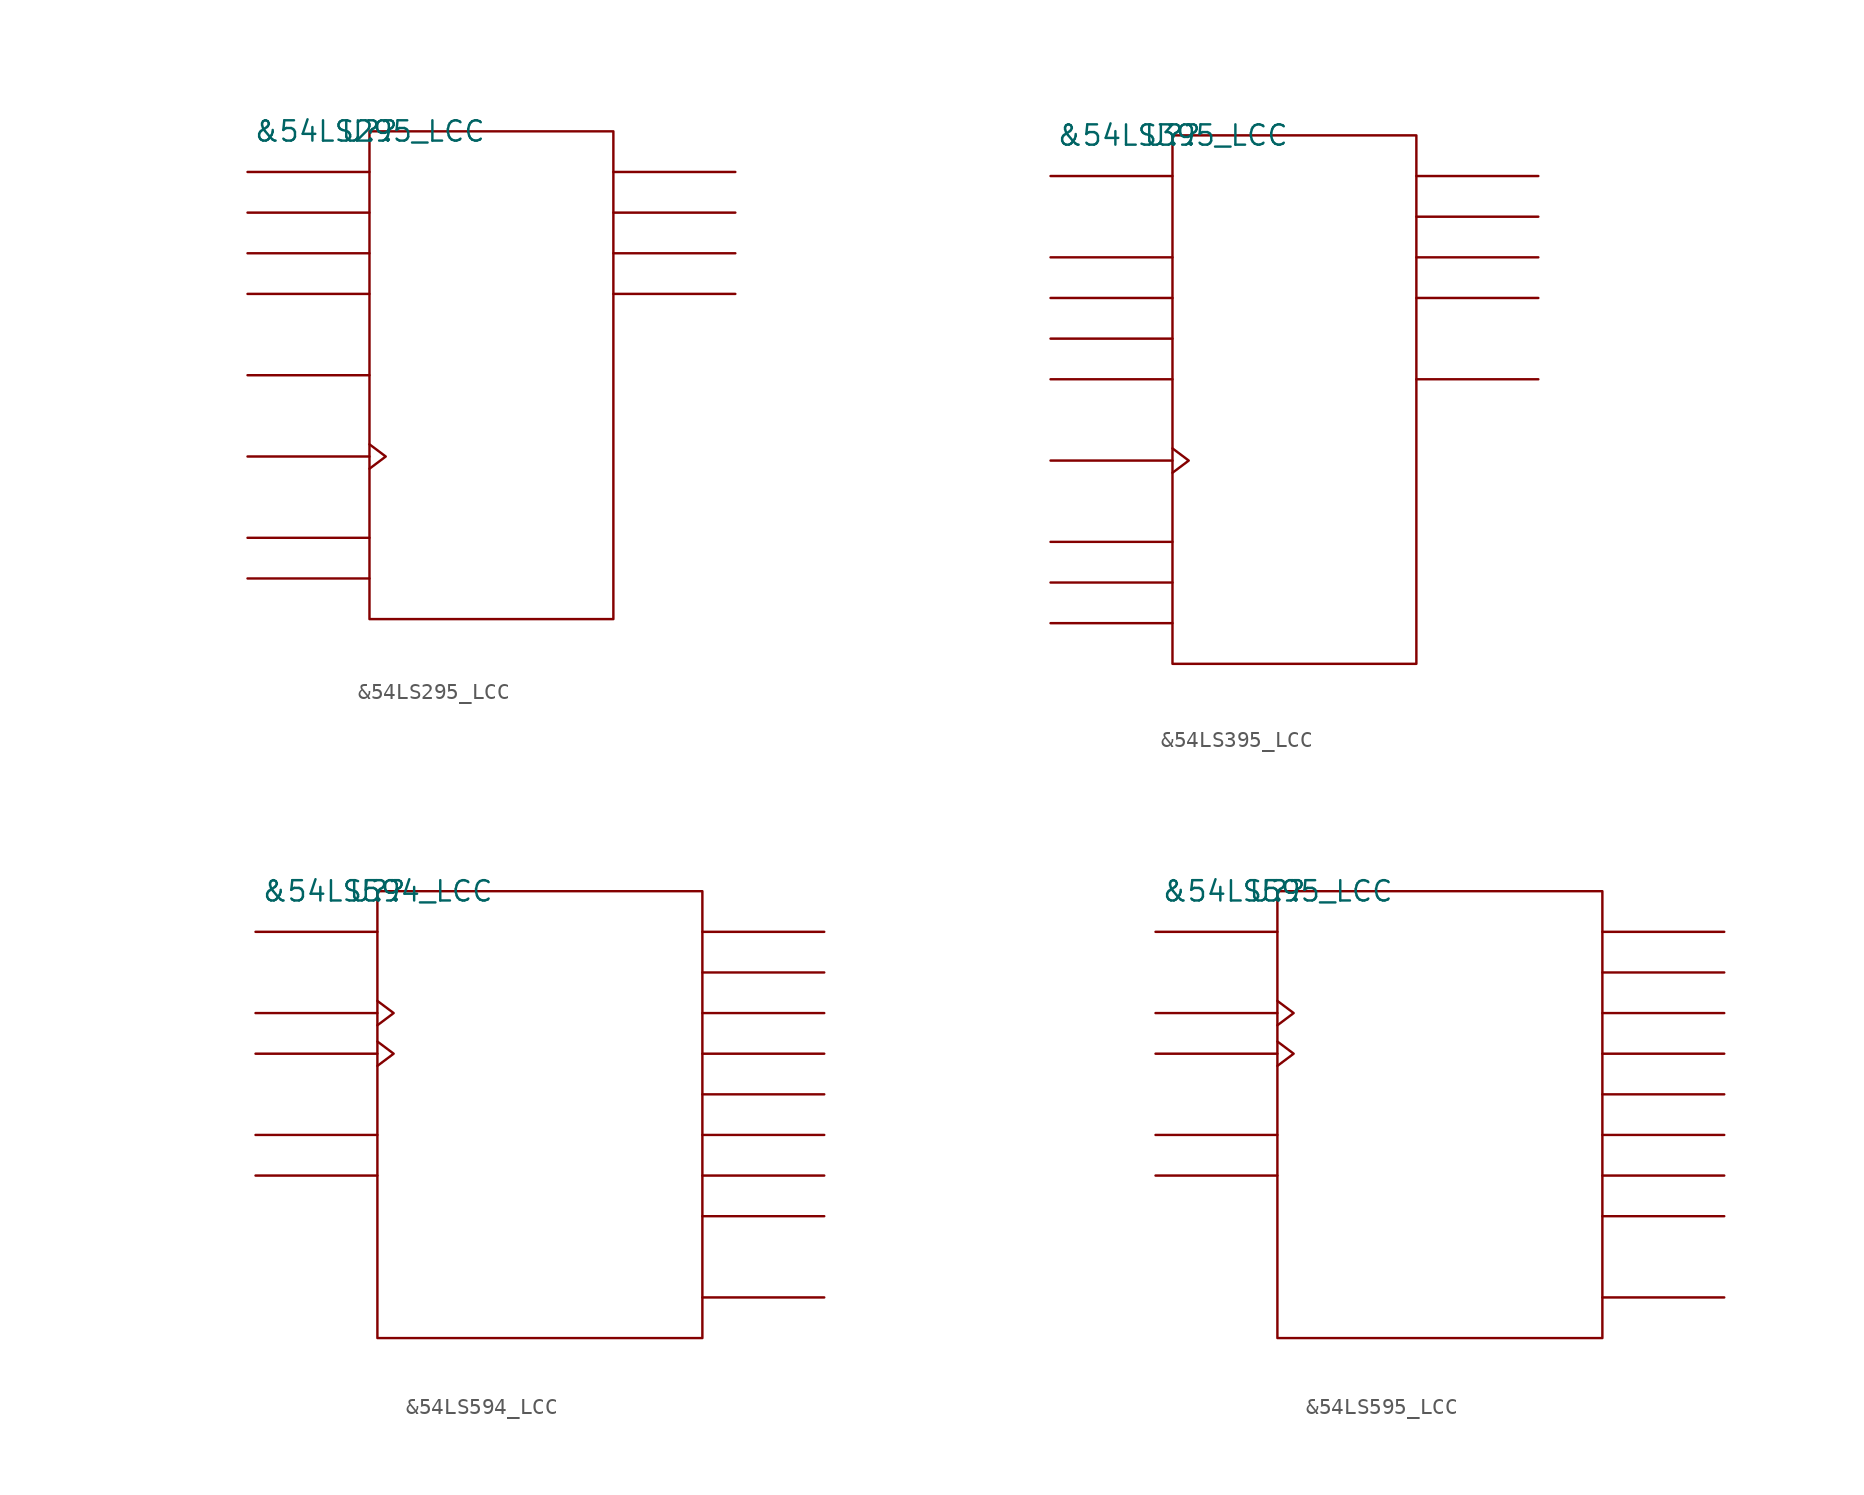
<source format=kicad_sym>
(kicad_symbol_lib
  (version 20211014)
  (generator kicad_symbol_editor)
  (symbol "&54LS295_LCC"
    (pin_names
      (offset 0.762))
    (property "Reference" "U?"
      (at 0 0 0)
      (effects (font (size 1.27 1.27))))
    (property "Value" "&54LS295_LCC"
      (at 0 0 0)
      (effects (font (size 1.27 1.27))))
    (symbol "&54LS295_LCC_0_1"
      (rectangle (start 0 -30.48) (end 15.24 0) (stroke (width 0) (type default) (color 0 0 0 0)) (fill (type none)))
      (polyline (pts (xy 0 -27.94) (xy -7.62 -27.94)) (stroke (width 0) (type default) (color 0 0 0 0)) (fill (type none)))
      (polyline (pts (xy 0 -25.4) (xy -7.62 -25.4)) (stroke (width 0) (type default) (color 0 0 0 0)) (fill (type none)))
      (polyline (pts (xy 0 -20.32) (xy -7.62 -20.32)) (stroke (width 0) (type default) (color 0 0 0 0)) (fill (type none)))
      (polyline (pts (xy 0 -15.24) (xy -7.62 -15.24)) (stroke (width 0) (type default) (color 0 0 0 0)) (fill (type none)))
      (polyline (pts (xy 0 -10.16) (xy -7.62 -10.16)) (stroke (width 0) (type default) (color 0 0 0 0)) (fill (type none)))
      (polyline (pts (xy 0 -7.62) (xy -7.62 -7.62)) (stroke (width 0) (type default) (color 0 0 0 0)) (fill (type none)))
      (polyline (pts (xy 0 -5.08) (xy -7.62 -5.08)) (stroke (width 0) (type default) (color 0 0 0 0)) (fill (type none)))
      (polyline (pts (xy 0 -2.54) (xy -7.62 -2.54)) (stroke (width 0) (type default) (color 0 0 0 0)) (fill (type none)))
      (polyline (pts (xy 15.24 -10.16) (xy 22.86 -10.16)) (stroke (width 0) (type default) (color 0 0 0 0)) (fill (type none)))
      (polyline (pts (xy 15.24 -7.62) (xy 22.86 -7.62)) (stroke (width 0) (type default) (color 0 0 0 0)) (fill (type none)))
      (polyline (pts (xy 15.24 -5.08) (xy 22.86 -5.08)) (stroke (width 0) (type default) (color 0 0 0 0)) (fill (type none)))
      (polyline (pts (xy 15.24 -2.54) (xy 22.86 -2.54)) (stroke (width 0) (type default) (color 0 0 0 0)) (fill (type none)))
      (polyline (pts (xy 0 -19.558) (xy 1.016 -20.32) (xy 0 -21.082)) (stroke (width 0) (type default) (color 0 0 0 0)) (fill (type none))))
    (symbol "&54LS295_LCC_1_1"
      (pin power_in line (at 10.16 -30.48 0) (length 7.62) hide (name "GND" (effects (font (size 1.245 1.245)))) (number "10" (effects (font (size 1.245 1.245)))))
      (pin unspecified line (at -7.62 -27.94 0) (length 7.62) hide (name "OC" (effects (font (size 1.245 1.245)))) (number "12" (effects (font (size 1.245 1.245)))))
      (pin unspecified line (at -7.62 -20.32 180) (length 7.62) hide (name "CLK" (effects (font (size 1.245 1.245)))) (number "13" (effects (font (size 1.245 1.245)))))
      (pin unspecified line (at 22.86 -10.16 180) (length 7.62) hide (name "QD" (effects (font (size 1.245 1.245)))) (number "14" (effects (font (size 1.245 1.245)))))
      (pin unspecified line (at 22.86 -7.62 180) (length 7.62) hide (name "QC" (effects (font (size 1.245 1.245)))) (number "16" (effects (font (size 1.245 1.245)))))
      (pin unspecified line (at 22.86 -5.08 180) (length 7.62) hide (name "QB" (effects (font (size 1.245 1.245)))) (number "18" (effects (font (size 1.245 1.245)))))
      (pin unspecified line (at 22.86 -2.54 180) (length 7.62) hide (name "QA" (effects (font (size 1.245 1.245)))) (number "19" (effects (font (size 1.245 1.245)))))
      (pin unspecified line (at -7.62 -15.24 0) (length 7.62) hide (name "SDI" (effects (font (size 1.245 1.245)))) (number "2" (effects (font (size 1.245 1.245)))))
      (pin power_in line (at 7.62 0 180) (length 7.62) hide (name "VCC" (effects (font (size 1.245 1.245)))) (number "20" (effects (font (size 1.245 1.245)))))
      (pin unspecified line (at -7.62 -2.54 0) (length 7.62) hide (name "A" (effects (font (size 1.245 1.245)))) (number "3" (effects (font (size 1.245 1.245)))))
      (pin unspecified line (at -7.62 -5.08 0) (length 7.62) hide (name "B" (effects (font (size 1.245 1.245)))) (number "4" (effects (font (size 1.245 1.245)))))
      (pin unspecified line (at -7.62 -7.62 0) (length 7.62) hide (name "C" (effects (font (size 1.245 1.245)))) (number "6" (effects (font (size 1.245 1.245)))))
      (pin unspecified line (at -7.62 -10.16 0) (length 7.62) hide (name "D" (effects (font (size 1.245 1.245)))) (number "8" (effects (font (size 1.245 1.245)))))
      (pin unspecified line (at -7.62 -25.4 0) (length 7.62) hide (name "LD/S\\H\\" (effects (font (size 1.245 1.245)))) (number "9" (effects (font (size 1.245 1.245)))))))
  (symbol "&54LS395_LCC"
    (pin_names
      (offset 0.762))
    (property "Reference" "U?"
      (at 0 0 0)
      (effects (font (size 1.27 1.27))))
    (property "Value" "&54LS395_LCC"
      (at 0 0 0)
      (effects (font (size 1.27 1.27))))
    (symbol "&54LS395_LCC_0_1"
      (rectangle (start 0 -33.02) (end 15.24 0) (stroke (width 0) (type default) (color 0 0 0 0)) (fill (type none)))
      (polyline (pts (xy 0 -30.48) (xy -7.62 -30.48)) (stroke (width 0) (type default) (color 0 0 0 0)) (fill (type none)))
      (polyline (pts (xy 0 -27.94) (xy -7.62 -27.94)) (stroke (width 0) (type default) (color 0 0 0 0)) (fill (type none)))
      (polyline (pts (xy 0 -25.4) (xy -7.62 -25.4)) (stroke (width 0) (type default) (color 0 0 0 0)) (fill (type none)))
      (polyline (pts (xy 0 -20.32) (xy -7.62 -20.32)) (stroke (width 0) (type default) (color 0 0 0 0)) (fill (type none)))
      (polyline (pts (xy 0 -15.24) (xy -7.62 -15.24)) (stroke (width 0) (type default) (color 0 0 0 0)) (fill (type none)))
      (polyline (pts (xy 0 -12.7) (xy -7.62 -12.7)) (stroke (width 0) (type default) (color 0 0 0 0)) (fill (type none)))
      (polyline (pts (xy 0 -10.16) (xy -7.62 -10.16)) (stroke (width 0) (type default) (color 0 0 0 0)) (fill (type none)))
      (polyline (pts (xy 0 -7.62) (xy -7.62 -7.62)) (stroke (width 0) (type default) (color 0 0 0 0)) (fill (type none)))
      (polyline (pts (xy 0 -2.54) (xy -7.62 -2.54)) (stroke (width 0) (type default) (color 0 0 0 0)) (fill (type none)))
      (polyline (pts (xy 15.24 -15.24) (xy 22.86 -15.24)) (stroke (width 0) (type default) (color 0 0 0 0)) (fill (type none)))
      (polyline (pts (xy 15.24 -10.16) (xy 22.86 -10.16)) (stroke (width 0) (type default) (color 0 0 0 0)) (fill (type none)))
      (polyline (pts (xy 15.24 -7.62) (xy 22.86 -7.62)) (stroke (width 0) (type default) (color 0 0 0 0)) (fill (type none)))
      (polyline (pts (xy 15.24 -5.08) (xy 22.86 -5.08)) (stroke (width 0) (type default) (color 0 0 0 0)) (fill (type none)))
      (polyline (pts (xy 15.24 -2.54) (xy 22.86 -2.54)) (stroke (width 0) (type default) (color 0 0 0 0)) (fill (type none)))
      (polyline (pts (xy 0 -19.558) (xy 1.016 -20.32) (xy 0 -21.082)) (stroke (width 0) (type default) (color 0 0 0 0)) (fill (type none))))
    (symbol "&54LS395_LCC_1_1"
      (pin power_in line (at 10.16 -33.02 0) (length 7.62) hide (name "GND" (effects (font (size 1.245 1.245)))) (number "10" (effects (font (size 1.245 1.245)))))
      (pin unspecified line (at -7.62 -30.48 0) (length 7.62) hide (name "O\\C\\" (effects (font (size 1.245 1.245)))) (number "12" (effects (font (size 1.245 1.245)))))
      (pin unspecified line (at -7.62 -20.32 180) (length 7.62) hide (name "CLK" (effects (font (size 1.245 1.245)))) (number "13" (effects (font (size 1.245 1.245)))))
      (pin unspecified line (at 22.86 -15.24 180) (length 7.62) hide (name "QD'" (effects (font (size 1.245 1.245)))) (number "14" (effects (font (size 1.245 1.245)))))
      (pin unspecified line (at 22.86 -10.16 180) (length 7.62) hide (name "QD" (effects (font (size 1.245 1.245)))) (number "15" (effects (font (size 1.245 1.245)))))
      (pin unspecified line (at 22.86 -7.62 180) (length 7.62) hide (name "QC" (effects (font (size 1.245 1.245)))) (number "17" (effects (font (size 1.245 1.245)))))
      (pin unspecified line (at 22.86 -5.08 180) (length 7.62) hide (name "QB" (effects (font (size 1.245 1.245)))) (number "18" (effects (font (size 1.245 1.245)))))
      (pin unspecified line (at 22.86 -2.54 180) (length 7.62) hide (name "QA" (effects (font (size 1.245 1.245)))) (number "19" (effects (font (size 1.245 1.245)))))
      (pin unspecified line (at -7.62 -25.4 0) (length 7.62) hide (name "C\\L\\R\\" (effects (font (size 1.245 1.245)))) (number "2" (effects (font (size 1.245 1.245)))))
      (pin power_in line (at 7.62 0 180) (length 7.62) hide (name "VCC" (effects (font (size 1.245 1.245)))) (number "20" (effects (font (size 1.245 1.245)))))
      (pin unspecified line (at -7.62 -2.54 0) (length 7.62) hide (name "SDI" (effects (font (size 1.245 1.245)))) (number "3" (effects (font (size 1.245 1.245)))))
      (pin unspecified line (at -7.62 -7.62 0) (length 7.62) hide (name "A" (effects (font (size 1.245 1.245)))) (number "4" (effects (font (size 1.245 1.245)))))
      (pin unspecified line (at -7.62 -10.16 0) (length 7.62) hide (name "B" (effects (font (size 1.245 1.245)))) (number "5" (effects (font (size 1.245 1.245)))))
      (pin unspecified line (at -7.62 -12.7 0) (length 7.62) hide (name "C" (effects (font (size 1.245 1.245)))) (number "7" (effects (font (size 1.245 1.245)))))
      (pin unspecified line (at -7.62 -15.24 0) (length 7.62) hide (name "D" (effects (font (size 1.245 1.245)))) (number "8" (effects (font (size 1.245 1.245)))))
      (pin unspecified line (at -7.62 -27.94 0) (length 7.62) hide (name "LD/S\\H\\" (effects (font (size 1.245 1.245)))) (number "9" (effects (font (size 1.245 1.245)))))))
  (symbol "&54LS594_LCC"
    (pin_names
      (offset 0.762))
    (property "Reference" "U?"
      (at 0 0 0)
      (effects (font (size 1.27 1.27))))
    (property "Value" "&54LS594_LCC"
      (at 0 0 0)
      (effects (font (size 1.27 1.27))))
    (symbol "&54LS594_LCC_0_1"
      (rectangle (start 0 -27.94) (end 20.32 0) (stroke (width 0) (type default) (color 0 0 0 0)) (fill (type none)))
      (polyline (pts (xy 0 -17.78) (xy -7.62 -17.78)) (stroke (width 0) (type default) (color 0 0 0 0)) (fill (type none)))
      (polyline (pts (xy 0 -15.24) (xy -7.62 -15.24)) (stroke (width 0) (type default) (color 0 0 0 0)) (fill (type none)))
      (polyline (pts (xy 0 -10.16) (xy -7.62 -10.16)) (stroke (width 0) (type default) (color 0 0 0 0)) (fill (type none)))
      (polyline (pts (xy 0 -7.62) (xy -7.62 -7.62)) (stroke (width 0) (type default) (color 0 0 0 0)) (fill (type none)))
      (polyline (pts (xy 0 -2.54) (xy -7.62 -2.54)) (stroke (width 0) (type default) (color 0 0 0 0)) (fill (type none)))
      (polyline (pts (xy 20.32 -25.4) (xy 27.94 -25.4)) (stroke (width 0) (type default) (color 0 0 0 0)) (fill (type none)))
      (polyline (pts (xy 20.32 -20.32) (xy 27.94 -20.32)) (stroke (width 0) (type default) (color 0 0 0 0)) (fill (type none)))
      (polyline (pts (xy 20.32 -17.78) (xy 27.94 -17.78)) (stroke (width 0) (type default) (color 0 0 0 0)) (fill (type none)))
      (polyline (pts (xy 20.32 -15.24) (xy 27.94 -15.24)) (stroke (width 0) (type default) (color 0 0 0 0)) (fill (type none)))
      (polyline (pts (xy 20.32 -12.7) (xy 27.94 -12.7)) (stroke (width 0) (type default) (color 0 0 0 0)) (fill (type none)))
      (polyline (pts (xy 20.32 -10.16) (xy 27.94 -10.16)) (stroke (width 0) (type default) (color 0 0 0 0)) (fill (type none)))
      (polyline (pts (xy 20.32 -7.62) (xy 27.94 -7.62)) (stroke (width 0) (type default) (color 0 0 0 0)) (fill (type none)))
      (polyline (pts (xy 20.32 -5.08) (xy 27.94 -5.08)) (stroke (width 0) (type default) (color 0 0 0 0)) (fill (type none)))
      (polyline (pts (xy 20.32 -2.54) (xy 27.94 -2.54)) (stroke (width 0) (type default) (color 0 0 0 0)) (fill (type none)))
      (polyline (pts (xy 0 -9.398) (xy 1.016 -10.16) (xy 0 -10.922)) (stroke (width 0) (type default) (color 0 0 0 0)) (fill (type none)))
      (polyline (pts (xy 0 -6.858) (xy 1.016 -7.62) (xy 0 -8.382)) (stroke (width 0) (type default) (color 0 0 0 0)) (fill (type none))))
    (symbol "&54LS594_LCC_1_1"
      (pin power_in line (at 5.08 -27.94 180) (length 7.62) hide (name "GND" (effects (font (size 1.245 1.245)))) (number "10" (effects (font (size 1.245 1.245)))))
      (pin unspecified line (at 27.94 -25.4 180) (length 7.62) hide (name "QH'" (effects (font (size 1.245 1.245)))) (number "12" (effects (font (size 1.245 1.245)))))
      (pin unspecified line (at -7.62 -17.78 0) (length 7.62) hide (name "S\\R\\C\\L\\R\\" (effects (font (size 1.245 1.245)))) (number "13" (effects (font (size 1.245 1.245)))))
      (pin unspecified line (at -7.62 -10.16 180) (length 7.62) hide (name "SRCLK" (effects (font (size 1.245 1.245)))) (number "14" (effects (font (size 1.245 1.245)))))
      (pin unspecified line (at -7.62 -7.62 180) (length 7.62) hide (name "RCLK" (effects (font (size 1.245 1.245)))) (number "15" (effects (font (size 1.245 1.245)))))
      (pin unspecified line (at -7.62 -15.24 0) (length 7.62) hide (name "R\\C\\L\\R\\" (effects (font (size 1.245 1.245)))) (number "17" (effects (font (size 1.245 1.245)))))
      (pin unspecified line (at -7.62 -2.54 0) (length 7.62) hide (name "SDI" (effects (font (size 1.245 1.245)))) (number "18" (effects (font (size 1.245 1.245)))))
      (pin unspecified line (at 27.94 -2.54 180) (length 7.62) hide (name "QA" (effects (font (size 1.245 1.245)))) (number "19" (effects (font (size 1.245 1.245)))))
      (pin unspecified line (at 27.94 -5.08 180) (length 7.62) hide (name "QB" (effects (font (size 1.245 1.245)))) (number "2" (effects (font (size 1.245 1.245)))))
      (pin power_in line (at 12.7 0 0) (length 7.62) hide (name "VCC" (effects (font (size 1.245 1.245)))) (number "20" (effects (font (size 1.245 1.245)))))
      (pin unspecified line (at 27.94 -7.62 180) (length 7.62) hide (name "QC" (effects (font (size 1.245 1.245)))) (number "3" (effects (font (size 1.245 1.245)))))
      (pin unspecified line (at 27.94 -10.16 180) (length 7.62) hide (name "QD" (effects (font (size 1.245 1.245)))) (number "4" (effects (font (size 1.245 1.245)))))
      (pin unspecified line (at 27.94 -12.7 180) (length 7.62) hide (name "QE" (effects (font (size 1.245 1.245)))) (number "5" (effects (font (size 1.245 1.245)))))
      (pin unspecified line (at 27.94 -15.24 180) (length 7.62) hide (name "QF" (effects (font (size 1.245 1.245)))) (number "7" (effects (font (size 1.245 1.245)))))
      (pin unspecified line (at 27.94 -17.78 180) (length 7.62) hide (name "QG" (effects (font (size 1.245 1.245)))) (number "8" (effects (font (size 1.245 1.245)))))
      (pin unspecified line (at 27.94 -20.32 180) (length 7.62) hide (name "QH" (effects (font (size 1.245 1.245)))) (number "9" (effects (font (size 1.245 1.245)))))))
  (symbol "&54LS595_LCC"
    (pin_names
      (offset 0.762))
    (property "Reference" "U?"
      (at 0 0 0)
      (effects (font (size 1.27 1.27))))
    (property "Value" "&54LS595_LCC"
      (at 0 0 0)
      (effects (font (size 1.27 1.27))))
    (symbol "&54LS595_LCC_0_1"
      (rectangle (start 0 -27.94) (end 20.32 0) (stroke (width 0) (type default) (color 0 0 0 0)) (fill (type none)))
      (polyline (pts (xy 0 -17.78) (xy -7.62 -17.78)) (stroke (width 0) (type default) (color 0 0 0 0)) (fill (type none)))
      (polyline (pts (xy 0 -15.24) (xy -7.62 -15.24)) (stroke (width 0) (type default) (color 0 0 0 0)) (fill (type none)))
      (polyline (pts (xy 0 -10.16) (xy -7.62 -10.16)) (stroke (width 0) (type default) (color 0 0 0 0)) (fill (type none)))
      (polyline (pts (xy 0 -7.62) (xy -7.62 -7.62)) (stroke (width 0) (type default) (color 0 0 0 0)) (fill (type none)))
      (polyline (pts (xy 0 -2.54) (xy -7.62 -2.54)) (stroke (width 0) (type default) (color 0 0 0 0)) (fill (type none)))
      (polyline (pts (xy 20.32 -25.4) (xy 27.94 -25.4)) (stroke (width 0) (type default) (color 0 0 0 0)) (fill (type none)))
      (polyline (pts (xy 20.32 -20.32) (xy 27.94 -20.32)) (stroke (width 0) (type default) (color 0 0 0 0)) (fill (type none)))
      (polyline (pts (xy 20.32 -17.78) (xy 27.94 -17.78)) (stroke (width 0) (type default) (color 0 0 0 0)) (fill (type none)))
      (polyline (pts (xy 20.32 -15.24) (xy 27.94 -15.24)) (stroke (width 0) (type default) (color 0 0 0 0)) (fill (type none)))
      (polyline (pts (xy 20.32 -12.7) (xy 27.94 -12.7)) (stroke (width 0) (type default) (color 0 0 0 0)) (fill (type none)))
      (polyline (pts (xy 20.32 -10.16) (xy 27.94 -10.16)) (stroke (width 0) (type default) (color 0 0 0 0)) (fill (type none)))
      (polyline (pts (xy 20.32 -7.62) (xy 27.94 -7.62)) (stroke (width 0) (type default) (color 0 0 0 0)) (fill (type none)))
      (polyline (pts (xy 20.32 -5.08) (xy 27.94 -5.08)) (stroke (width 0) (type default) (color 0 0 0 0)) (fill (type none)))
      (polyline (pts (xy 20.32 -2.54) (xy 27.94 -2.54)) (stroke (width 0) (type default) (color 0 0 0 0)) (fill (type none)))
      (polyline (pts (xy 0 -9.398) (xy 1.016 -10.16) (xy 0 -10.922)) (stroke (width 0) (type default) (color 0 0 0 0)) (fill (type none)))
      (polyline (pts (xy 0 -6.858) (xy 1.016 -7.62) (xy 0 -8.382)) (stroke (width 0) (type default) (color 0 0 0 0)) (fill (type none))))
    (symbol "&54LS595_LCC_1_1"
      (pin power_in line (at 5.08 -27.94 0) (length 7.62) hide (name "GND" (effects (font (size 1.245 1.245)))) (number "10" (effects (font (size 1.245 1.245)))))
      (pin unspecified line (at 27.94 -25.4 180) (length 7.62) hide (name "QH'" (effects (font (size 1.245 1.245)))) (number "12" (effects (font (size 1.245 1.245)))))
      (pin unspecified line (at -7.62 -17.78 0) (length 7.62) hide (name "S\\R\\C\\L\\R\\" (effects (font (size 1.245 1.245)))) (number "13" (effects (font (size 1.245 1.245)))))
      (pin unspecified line (at -7.62 -10.16 180) (length 7.62) hide (name "SRCLK" (effects (font (size 1.245 1.245)))) (number "14" (effects (font (size 1.245 1.245)))))
      (pin unspecified line (at -7.62 -7.62 180) (length 7.62) hide (name "RCLK" (effects (font (size 1.245 1.245)))) (number "15" (effects (font (size 1.245 1.245)))))
      (pin unspecified line (at -7.62 -15.24 0) (length 7.62) hide (name "G\\" (effects (font (size 1.245 1.245)))) (number "17" (effects (font (size 1.245 1.245)))))
      (pin unspecified line (at -7.62 -2.54 0) (length 7.62) hide (name "SDI" (effects (font (size 1.245 1.245)))) (number "18" (effects (font (size 1.245 1.245)))))
      (pin unspecified line (at 27.94 -2.54 180) (length 7.62) hide (name "QA" (effects (font (size 1.245 1.245)))) (number "19" (effects (font (size 1.245 1.245)))))
      (pin unspecified line (at 27.94 -5.08 180) (length 7.62) hide (name "QB" (effects (font (size 1.245 1.245)))) (number "2" (effects (font (size 1.245 1.245)))))
      (pin power_in line (at 10.16 0 0) (length 7.62) hide (name "VCC" (effects (font (size 1.245 1.245)))) (number "20" (effects (font (size 1.245 1.245)))))
      (pin unspecified line (at 27.94 -7.62 180) (length 7.62) hide (name "QC" (effects (font (size 1.245 1.245)))) (number "3" (effects (font (size 1.245 1.245)))))
      (pin unspecified line (at 27.94 -10.16 180) (length 7.62) hide (name "QD" (effects (font (size 1.245 1.245)))) (number "4" (effects (font (size 1.245 1.245)))))
      (pin unspecified line (at 27.94 -12.7 180) (length 7.62) hide (name "QE" (effects (font (size 1.245 1.245)))) (number "5" (effects (font (size 1.245 1.245)))))
      (pin unspecified line (at 27.94 -15.24 180) (length 7.62) hide (name "QF" (effects (font (size 1.245 1.245)))) (number "7" (effects (font (size 1.245 1.245)))))
      (pin unspecified line (at 27.94 -17.78 180) (length 7.62) hide (name "QG" (effects (font (size 1.245 1.245)))) (number "8" (effects (font (size 1.245 1.245)))))
      (pin unspecified line (at 27.94 -20.32 180) (length 7.62) hide (name "QH" (effects (font (size 1.245 1.245)))) (number "9" (effects (font (size 1.245 1.245))))))))
</source>
